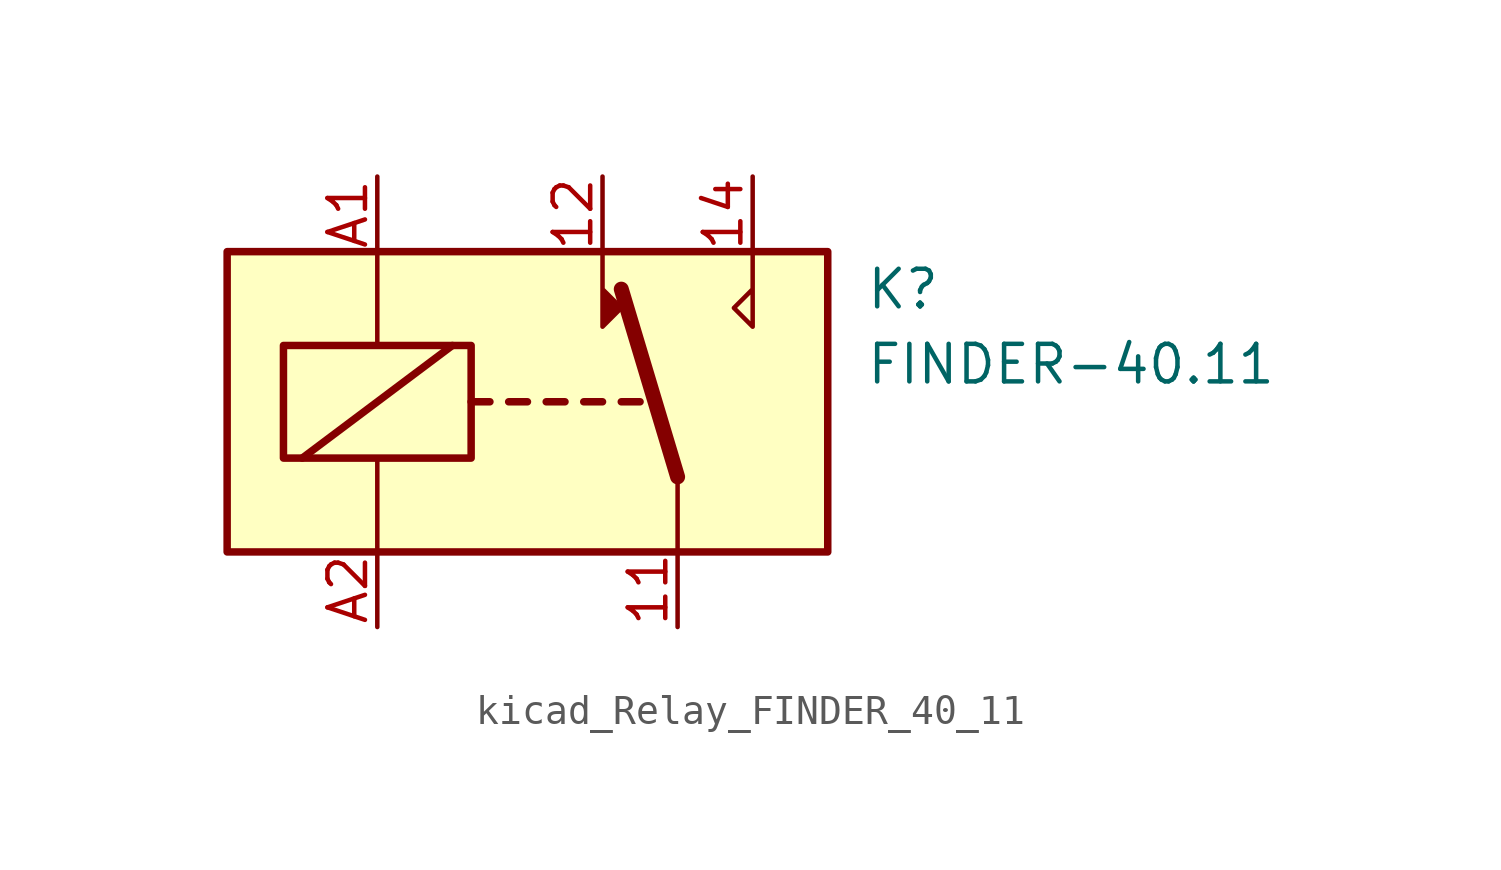
<source format=kicad_sym>
(kicad_symbol_lib
  (version 20220914)
  (generator kicad_symbol_editor)
  (symbol "kicad_Relay_FINDER_40_11"
    (property "Reference" "K"
      (at 11.43 3.81 0)
      (effects (font (size 1.27 1.27)) (justify left)))
    (property "Value" "FINDER-40.11"
      (at 11.43 1.27 0)
      (effects (font (size 1.27 1.27)) (justify left)))
    (symbol "kicad_Relay_FINDER_40_11_0_0"
      (polyline (pts (xy 7.62 5.08) (xy 7.62 2.54) (xy 6.985 3.175) (xy 7.62 3.81)) (stroke (width 0) (type default)) (fill (type none))))
    (symbol "kicad_Relay_FINDER_40_11_0_1"
      (rectangle (start -10.16 5.08) (end 10.16 -5.08) (stroke (width 0.254) (type default)) (fill (type background)))
      (rectangle (start -8.255 1.905) (end -1.905 -1.905) (stroke (width 0.254) (type default)) (fill (type none)))
      (polyline (pts (xy -7.62 -1.905) (xy -2.54 1.905)) (stroke (width 0.254) (type default)) (fill (type none)))
      (polyline (pts (xy -5.08 -5.08) (xy -5.08 -1.905)) (stroke (width 0) (type default)) (fill (type none)))
      (polyline (pts (xy -5.08 5.08) (xy -5.08 1.905)) (stroke (width 0) (type default)) (fill (type none)))
      (polyline (pts (xy -1.905 0) (xy -1.27 0)) (stroke (width 0.254) (type default)) (fill (type none)))
      (polyline (pts (xy -0.635 0) (xy 0 0)) (stroke (width 0.254) (type default)) (fill (type none)))
      (polyline (pts (xy 0.635 0) (xy 1.27 0)) (stroke (width 0.254) (type default)) (fill (type none)))
      (polyline (pts (xy 1.905 0) (xy 2.54 0)) (stroke (width 0.254) (type default)) (fill (type none)))
      (polyline (pts (xy 3.175 0) (xy 3.81 0)) (stroke (width 0.254) (type default)) (fill (type none)))
      (polyline (pts (xy 5.08 -2.54) (xy 3.175 3.81)) (stroke (width 0.508) (type default)) (fill (type none)))
      (polyline (pts (xy 5.08 -2.54) (xy 5.08 -5.08)) (stroke (width 0) (type default)) (fill (type none)))
      (polyline (pts (xy 2.54 5.08) (xy 2.54 2.54) (xy 3.175 3.175) (xy 2.54 3.81)) (stroke (width 0) (type default)) (fill (type outline))))
    (symbol "kicad_Relay_FINDER_40_11_1_1"
      (pin passive line (at 5.08 -7.62 90) (length 2.54) (name "~" (effects (font (size 1.27 1.27)))) (number "11" (effects (font (size 1.27 1.27)))))
      (pin passive line (at 2.54 7.62 270) (length 2.54) (name "~" (effects (font (size 1.27 1.27)))) (number "12" (effects (font (size 1.27 1.27)))))
      (pin passive line (at 7.62 7.62 270) (length 2.54) (name "~" (effects (font (size 1.27 1.27)))) (number "14" (effects (font (size 1.27 1.27)))))
      (pin passive line (at -5.08 7.62 270) (length 2.54) (name "~" (effects (font (size 1.27 1.27)))) (number "A1" (effects (font (size 1.27 1.27)))))
      (pin passive line (at -5.08 -7.62 90) (length 2.54) (name "~" (effects (font (size 1.27 1.27)))) (number "A2" (effects (font (size 1.27 1.27))))))))
</source>
